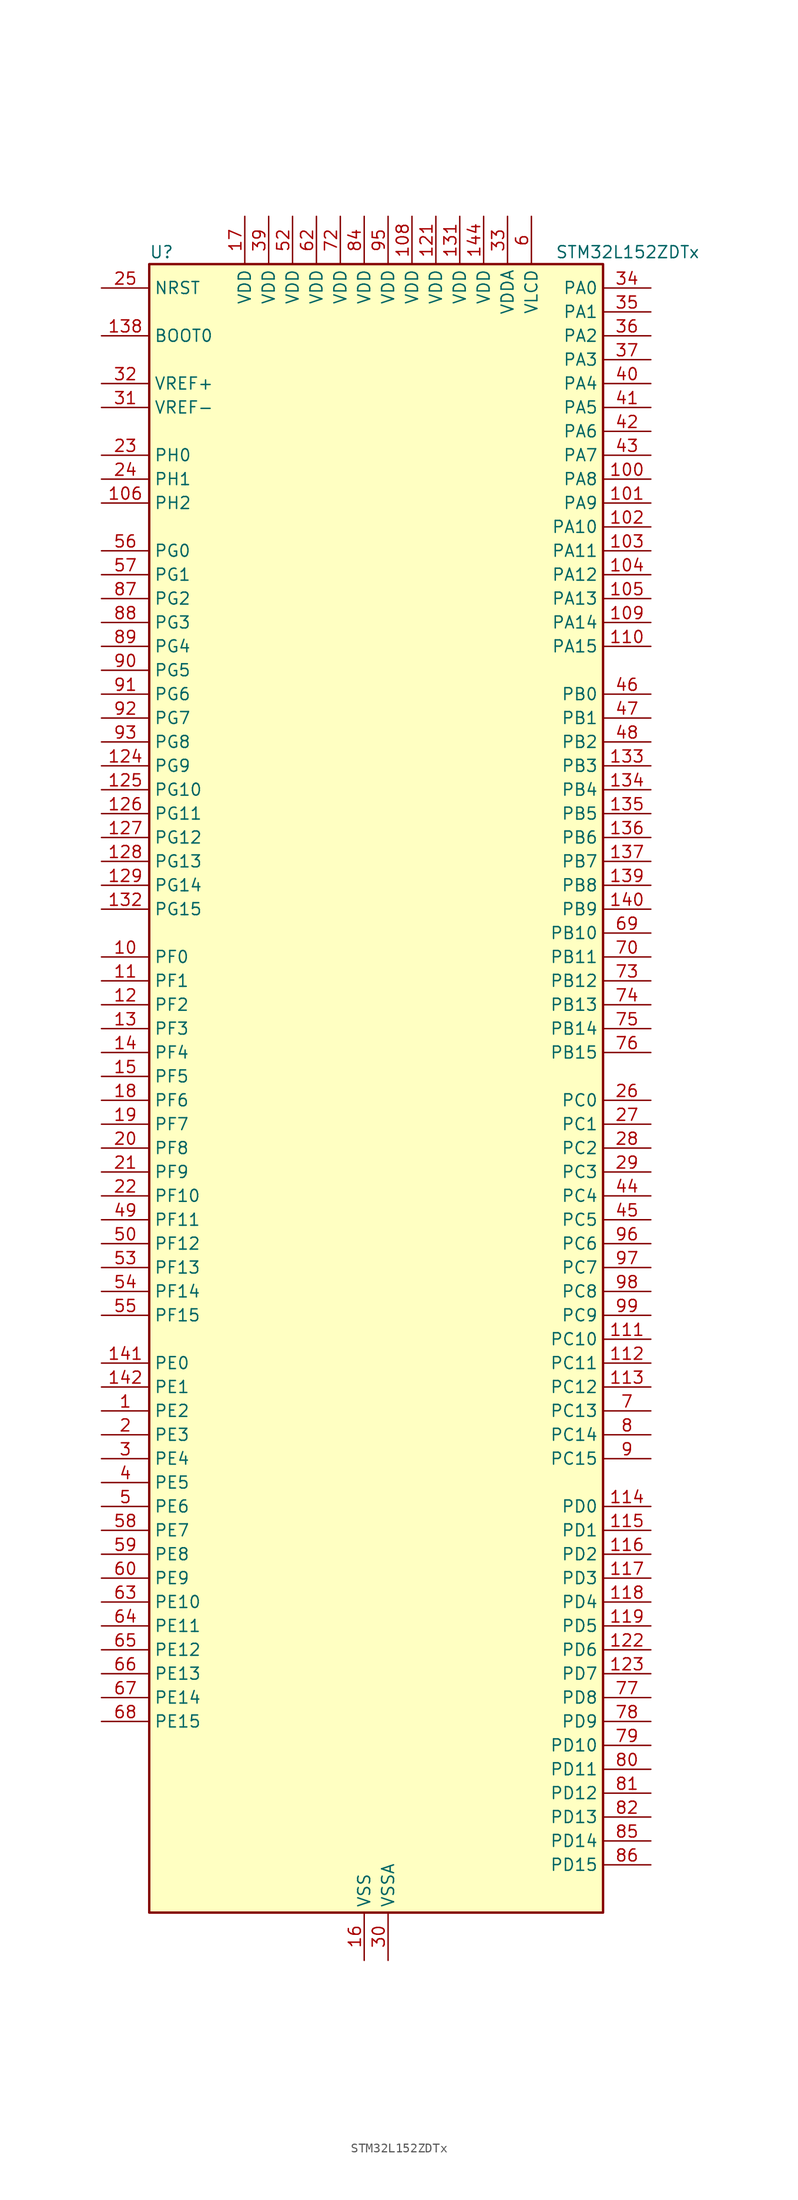
<source format=kicad_sym>
(kicad_symbol_lib
  (version 20220914)
  (generator kicad_symbol_editor)
  (symbol "STM32L152ZDTx"
    (property "Reference" "U"
      (at -22.86 90.17 0)
      (effects (font (size 1.27 1.27)) (justify left)))
    (property "Value" "STM32L152ZDTx"
      (at 20.32 90.17 0)
      (effects (font (size 1.27 1.27)) (justify left)))
    (property "ki_locked" ""
      (at 0 0 0)
      (effects (font (size 1.27 1.27))))
    (symbol "STM32L152ZDTx_0_1"
      (rectangle (start -22.86 -86.36) (end 25.4 88.9) (stroke (width 0.254) (type default)) (fill (type background))))
    (symbol "STM32L152ZDTx_1_1"
      (pin bidirectional line (at -27.94 -33.02 0) (length 5.08) (name "PE2" (effects (font (size 1.27 1.27)))) (number "1" (effects (font (size 1.27 1.27)))) (alternate "FSMC_A23" bidirectional line) (alternate "LCD_SEG38" bidirectional line) (alternate "SYS_TRACECK" bidirectional line) (alternate "TIM3_ETR" bidirectional line) (alternate "TIMX_IC3" bidirectional line))
      (pin bidirectional line (at -27.94 15.24 0) (length 5.08) (name "PF0" (effects (font (size 1.27 1.27)))) (number "10" (effects (font (size 1.27 1.27)))) (alternate "FSMC_A0" bidirectional line))
      (pin bidirectional line (at 30.48 66.04 180) (length 5.08) (name "PA8" (effects (font (size 1.27 1.27)))) (number "100" (effects (font (size 1.27 1.27)))) (alternate "LCD_COM0" bidirectional line) (alternate "RCC_MCO" bidirectional line) (alternate "TIMX_IC1" bidirectional line) (alternate "TS_G4_IO1" bidirectional line) (alternate "USART1_CK" bidirectional line))
      (pin bidirectional line (at 30.48 63.5 180) (length 5.08) (name "PA9" (effects (font (size 1.27 1.27)))) (number "101" (effects (font (size 1.27 1.27)))) (alternate "DAC_EXTI9" bidirectional line) (alternate "LCD_COM1" bidirectional line) (alternate "TIMX_IC2" bidirectional line) (alternate "TS_G4_IO2" bidirectional line) (alternate "USART1_TX" bidirectional line))
      (pin bidirectional line (at 30.48 60.96 180) (length 5.08) (name "PA10" (effects (font (size 1.27 1.27)))) (number "102" (effects (font (size 1.27 1.27)))) (alternate "LCD_COM2" bidirectional line) (alternate "TIMX_IC3" bidirectional line) (alternate "TS_G4_IO3" bidirectional line) (alternate "USART1_RX" bidirectional line))
      (pin bidirectional line (at 30.48 58.42 180) (length 5.08) (name "PA11" (effects (font (size 1.27 1.27)))) (number "103" (effects (font (size 1.27 1.27)))) (alternate "ADC_EXTI11" bidirectional line) (alternate "SPI1_MISO" bidirectional line) (alternate "TIMX_IC4" bidirectional line) (alternate "USART1_CTS" bidirectional line) (alternate "USB_DM" bidirectional line))
      (pin bidirectional line (at 30.48 55.88 180) (length 5.08) (name "PA12" (effects (font (size 1.27 1.27)))) (number "104" (effects (font (size 1.27 1.27)))) (alternate "SPI1_MOSI" bidirectional line) (alternate "TIMX_IC1" bidirectional line) (alternate "USART1_RTS" bidirectional line) (alternate "USB_DP" bidirectional line))
      (pin bidirectional line (at 30.48 53.34 180) (length 5.08) (name "PA13" (effects (font (size 1.27 1.27)))) (number "105" (effects (font (size 1.27 1.27)))) (alternate "SYS_JTMS-SWDIO" bidirectional line) (alternate "TIMX_IC2" bidirectional line) (alternate "TS_G5_IO1" bidirectional line))
      (pin bidirectional line (at -27.94 63.5 0) (length 5.08) (name "PH2" (effects (font (size 1.27 1.27)))) (number "106" (effects (font (size 1.27 1.27)))) (alternate "FSMC_A22" bidirectional line))
      (pin passive line (at 0 -91.44 90) (length 5.08) hide (name "VSS" (effects (font (size 1.27 1.27)))) (number "107" (effects (font (size 1.27 1.27)))))
      (pin power_in line (at 5.08 93.98 270) (length 5.08) (name "VDD" (effects (font (size 1.27 1.27)))) (number "108" (effects (font (size 1.27 1.27)))))
      (pin bidirectional line (at 30.48 50.8 180) (length 5.08) (name "PA14" (effects (font (size 1.27 1.27)))) (number "109" (effects (font (size 1.27 1.27)))) (alternate "SYS_JTCK-SWCLK" bidirectional line) (alternate "TIMX_IC3" bidirectional line) (alternate "TS_G5_IO2" bidirectional line))
      (pin bidirectional line (at -27.94 12.7 0) (length 5.08) (name "PF1" (effects (font (size 1.27 1.27)))) (number "11" (effects (font (size 1.27 1.27)))) (alternate "FSMC_A1" bidirectional line))
      (pin bidirectional line (at 30.48 48.26 180) (length 5.08) (name "PA15" (effects (font (size 1.27 1.27)))) (number "110" (effects (font (size 1.27 1.27)))) (alternate "ADC_EXTI15" bidirectional line) (alternate "I2S3_WS" bidirectional line) (alternate "LCD_SEG17" bidirectional line) (alternate "SPI1_NSS" bidirectional line) (alternate "SPI3_NSS" bidirectional line) (alternate "SYS_JTDI" bidirectional line) (alternate "TIM2_CH1" bidirectional line) (alternate "TIM2_ETR" bidirectional line) (alternate "TIMX_IC4" bidirectional line) (alternate "TS_G5_IO3" bidirectional line))
      (pin bidirectional line (at 30.48 -25.4 180) (length 5.08) (name "PC10" (effects (font (size 1.27 1.27)))) (number "111" (effects (font (size 1.27 1.27)))) (alternate "I2S3_CK" bidirectional line) (alternate "LCD_COM4" bidirectional line) (alternate "LCD_SEG28" bidirectional line) (alternate "LCD_SEG40" bidirectional line) (alternate "SDIO_D2" bidirectional line) (alternate "SPI3_SCK" bidirectional line) (alternate "TIMX_IC3" bidirectional line) (alternate "UART4_TX" bidirectional line) (alternate "USART3_TX" bidirectional line))
      (pin bidirectional line (at 30.48 -27.94 180) (length 5.08) (name "PC11" (effects (font (size 1.27 1.27)))) (number "112" (effects (font (size 1.27 1.27)))) (alternate "ADC_EXTI11" bidirectional line) (alternate "LCD_COM5" bidirectional line) (alternate "LCD_SEG29" bidirectional line) (alternate "LCD_SEG41" bidirectional line) (alternate "SDIO_D3" bidirectional line) (alternate "SPI3_MISO" bidirectional line) (alternate "TIMX_IC4" bidirectional line) (alternate "UART4_RX" bidirectional line) (alternate "USART3_RX" bidirectional line))
      (pin bidirectional line (at 30.48 -30.48 180) (length 5.08) (name "PC12" (effects (font (size 1.27 1.27)))) (number "113" (effects (font (size 1.27 1.27)))) (alternate "I2S3_SD" bidirectional line) (alternate "LCD_COM6" bidirectional line) (alternate "LCD_SEG30" bidirectional line) (alternate "LCD_SEG42" bidirectional line) (alternate "SDIO_CK" bidirectional line) (alternate "SPI3_MOSI" bidirectional line) (alternate "TIMX_IC1" bidirectional line) (alternate "UART5_TX" bidirectional line) (alternate "USART3_CK" bidirectional line))
      (pin bidirectional line (at 30.48 -43.18 180) (length 5.08) (name "PD0" (effects (font (size 1.27 1.27)))) (number "114" (effects (font (size 1.27 1.27)))) (alternate "FSMC_D2" bidirectional line) (alternate "FSMC_DA2" bidirectional line) (alternate "I2S2_WS" bidirectional line) (alternate "SPI2_NSS" bidirectional line) (alternate "TIM9_CH1" bidirectional line) (alternate "TIMX_IC1" bidirectional line))
      (pin bidirectional line (at 30.48 -45.72 180) (length 5.08) (name "PD1" (effects (font (size 1.27 1.27)))) (number "115" (effects (font (size 1.27 1.27)))) (alternate "FSMC_D3" bidirectional line) (alternate "FSMC_DA3" bidirectional line) (alternate "I2S2_CK" bidirectional line) (alternate "SPI2_SCK" bidirectional line) (alternate "TIMX_IC2" bidirectional line))
      (pin bidirectional line (at 30.48 -48.26 180) (length 5.08) (name "PD2" (effects (font (size 1.27 1.27)))) (number "116" (effects (font (size 1.27 1.27)))) (alternate "LCD_COM7" bidirectional line) (alternate "LCD_SEG31" bidirectional line) (alternate "LCD_SEG43" bidirectional line) (alternate "SDIO_CMD" bidirectional line) (alternate "TIM3_ETR" bidirectional line) (alternate "TIMX_IC3" bidirectional line) (alternate "UART5_RX" bidirectional line))
      (pin bidirectional line (at 30.48 -50.8 180) (length 5.08) (name "PD3" (effects (font (size 1.27 1.27)))) (number "117" (effects (font (size 1.27 1.27)))) (alternate "FSMC_CLK" bidirectional line) (alternate "SPI2_MISO" bidirectional line) (alternate "TIMX_IC4" bidirectional line) (alternate "USART2_CTS" bidirectional line))
      (pin bidirectional line (at 30.48 -53.34 180) (length 5.08) (name "PD4" (effects (font (size 1.27 1.27)))) (number "118" (effects (font (size 1.27 1.27)))) (alternate "FSMC_NOE" bidirectional line) (alternate "I2S2_SD" bidirectional line) (alternate "SPI2_MOSI" bidirectional line) (alternate "TIMX_IC1" bidirectional line) (alternate "USART2_RTS" bidirectional line))
      (pin bidirectional line (at 30.48 -55.88 180) (length 5.08) (name "PD5" (effects (font (size 1.27 1.27)))) (number "119" (effects (font (size 1.27 1.27)))) (alternate "FSMC_NWE" bidirectional line) (alternate "TIMX_IC2" bidirectional line) (alternate "USART2_TX" bidirectional line))
      (pin bidirectional line (at -27.94 10.16 0) (length 5.08) (name "PF2" (effects (font (size 1.27 1.27)))) (number "12" (effects (font (size 1.27 1.27)))) (alternate "FSMC_A2" bidirectional line))
      (pin passive line (at 0 -91.44 90) (length 5.08) hide (name "VSS" (effects (font (size 1.27 1.27)))) (number "120" (effects (font (size 1.27 1.27)))))
      (pin power_in line (at 7.62 93.98 270) (length 5.08) (name "VDD" (effects (font (size 1.27 1.27)))) (number "121" (effects (font (size 1.27 1.27)))))
      (pin bidirectional line (at 30.48 -58.42 180) (length 5.08) (name "PD6" (effects (font (size 1.27 1.27)))) (number "122" (effects (font (size 1.27 1.27)))) (alternate "FSMC_NWAIT" bidirectional line) (alternate "TIMX_IC3" bidirectional line) (alternate "USART2_RX" bidirectional line))
      (pin bidirectional line (at 30.48 -60.96 180) (length 5.08) (name "PD7" (effects (font (size 1.27 1.27)))) (number "123" (effects (font (size 1.27 1.27)))) (alternate "FSMC_NE1" bidirectional line) (alternate "TIM9_CH2" bidirectional line) (alternate "TIMX_IC4" bidirectional line) (alternate "USART2_CK" bidirectional line))
      (pin bidirectional line (at -27.94 35.56 0) (length 5.08) (name "PG9" (effects (font (size 1.27 1.27)))) (number "124" (effects (font (size 1.27 1.27)))) (alternate "DAC_EXTI9" bidirectional line) (alternate "FSMC_NE2" bidirectional line))
      (pin bidirectional line (at -27.94 33.02 0) (length 5.08) (name "PG10" (effects (font (size 1.27 1.27)))) (number "125" (effects (font (size 1.27 1.27)))) (alternate "FSMC_NE3" bidirectional line))
      (pin bidirectional line (at -27.94 30.48 0) (length 5.08) (name "PG11" (effects (font (size 1.27 1.27)))) (number "126" (effects (font (size 1.27 1.27)))) (alternate "ADC_EXTI11" bidirectional line))
      (pin bidirectional line (at -27.94 27.94 0) (length 5.08) (name "PG12" (effects (font (size 1.27 1.27)))) (number "127" (effects (font (size 1.27 1.27)))) (alternate "FSMC_NE4" bidirectional line))
      (pin bidirectional line (at -27.94 25.4 0) (length 5.08) (name "PG13" (effects (font (size 1.27 1.27)))) (number "128" (effects (font (size 1.27 1.27)))) (alternate "FSMC_A24" bidirectional line))
      (pin bidirectional line (at -27.94 22.86 0) (length 5.08) (name "PG14" (effects (font (size 1.27 1.27)))) (number "129" (effects (font (size 1.27 1.27)))) (alternate "FSMC_A25" bidirectional line))
      (pin bidirectional line (at -27.94 7.62 0) (length 5.08) (name "PF3" (effects (font (size 1.27 1.27)))) (number "13" (effects (font (size 1.27 1.27)))) (alternate "FSMC_A3" bidirectional line))
      (pin passive line (at 0 -91.44 90) (length 5.08) hide (name "VSS" (effects (font (size 1.27 1.27)))) (number "130" (effects (font (size 1.27 1.27)))))
      (pin power_in line (at 10.16 93.98 270) (length 5.08) (name "VDD" (effects (font (size 1.27 1.27)))) (number "131" (effects (font (size 1.27 1.27)))))
      (pin bidirectional line (at -27.94 20.32 0) (length 5.08) (name "PG15" (effects (font (size 1.27 1.27)))) (number "132" (effects (font (size 1.27 1.27)))) (alternate "ADC_EXTI15" bidirectional line))
      (pin bidirectional line (at 30.48 35.56 180) (length 5.08) (name "PB3" (effects (font (size 1.27 1.27)))) (number "133" (effects (font (size 1.27 1.27)))) (alternate "COMP2_INM" bidirectional line) (alternate "I2S3_CK" bidirectional line) (alternate "LCD_SEG7" bidirectional line) (alternate "SPI1_SCK" bidirectional line) (alternate "SPI3_SCK" bidirectional line) (alternate "SYS_JTDO-TRACESWO" bidirectional line) (alternate "TIM2_CH2" bidirectional line))
      (pin bidirectional line (at 30.48 33.02 180) (length 5.08) (name "PB4" (effects (font (size 1.27 1.27)))) (number "134" (effects (font (size 1.27 1.27)))) (alternate "COMP2_INP" bidirectional line) (alternate "LCD_SEG8" bidirectional line) (alternate "SPI1_MISO" bidirectional line) (alternate "SPI3_MISO" bidirectional line) (alternate "SYS_JTRST" bidirectional line) (alternate "TIM3_CH1" bidirectional line) (alternate "TS_G6_IO1" bidirectional line))
      (pin bidirectional line (at 30.48 30.48 180) (length 5.08) (name "PB5" (effects (font (size 1.27 1.27)))) (number "135" (effects (font (size 1.27 1.27)))) (alternate "COMP2_INP" bidirectional line) (alternate "I2C1_SMBA" bidirectional line) (alternate "I2S3_SD" bidirectional line) (alternate "LCD_SEG9" bidirectional line) (alternate "SPI1_MOSI" bidirectional line) (alternate "SPI3_MOSI" bidirectional line) (alternate "TIM3_CH2" bidirectional line) (alternate "TS_G6_IO2" bidirectional line))
      (pin bidirectional line (at 30.48 27.94 180) (length 5.08) (name "PB6" (effects (font (size 1.27 1.27)))) (number "136" (effects (font (size 1.27 1.27)))) (alternate "COMP2_INP" bidirectional line) (alternate "I2C1_SCL" bidirectional line) (alternate "TIM4_CH1" bidirectional line) (alternate "TS_G6_IO3" bidirectional line) (alternate "USART1_TX" bidirectional line))
      (pin bidirectional line (at 30.48 25.4 180) (length 5.08) (name "PB7" (effects (font (size 1.27 1.27)))) (number "137" (effects (font (size 1.27 1.27)))) (alternate "COMP2_INP" bidirectional line) (alternate "FSMC_NL" bidirectional line) (alternate "I2C1_SDA" bidirectional line) (alternate "SYS_PVD_IN" bidirectional line) (alternate "TIM4_CH2" bidirectional line) (alternate "TS_G6_IO4" bidirectional line) (alternate "USART1_RX" bidirectional line))
      (pin input line (at -27.94 81.28 0) (length 5.08) (name "BOOT0" (effects (font (size 1.27 1.27)))) (number "138" (effects (font (size 1.27 1.27)))))
      (pin bidirectional line (at 30.48 22.86 180) (length 5.08) (name "PB8" (effects (font (size 1.27 1.27)))) (number "139" (effects (font (size 1.27 1.27)))) (alternate "I2C1_SCL" bidirectional line) (alternate "LCD_SEG16" bidirectional line) (alternate "SDIO_D4" bidirectional line) (alternate "TIM10_CH1" bidirectional line) (alternate "TIM4_CH3" bidirectional line))
      (pin bidirectional line (at -27.94 5.08 0) (length 5.08) (name "PF4" (effects (font (size 1.27 1.27)))) (number "14" (effects (font (size 1.27 1.27)))) (alternate "FSMC_A4" bidirectional line))
      (pin bidirectional line (at 30.48 20.32 180) (length 5.08) (name "PB9" (effects (font (size 1.27 1.27)))) (number "140" (effects (font (size 1.27 1.27)))) (alternate "DAC_EXTI9" bidirectional line) (alternate "I2C1_SDA" bidirectional line) (alternate "LCD_COM3" bidirectional line) (alternate "SDIO_D5" bidirectional line) (alternate "TIM11_CH1" bidirectional line) (alternate "TIM4_CH4" bidirectional line))
      (pin bidirectional line (at -27.94 -27.94 0) (length 5.08) (name "PE0" (effects (font (size 1.27 1.27)))) (number "141" (effects (font (size 1.27 1.27)))) (alternate "FSMC_NBL0" bidirectional line) (alternate "LCD_SEG36" bidirectional line) (alternate "TIM10_CH1" bidirectional line) (alternate "TIM4_ETR" bidirectional line) (alternate "TIMX_IC1" bidirectional line))
      (pin bidirectional line (at -27.94 -30.48 0) (length 5.08) (name "PE1" (effects (font (size 1.27 1.27)))) (number "142" (effects (font (size 1.27 1.27)))) (alternate "FSMC_NBL1" bidirectional line) (alternate "LCD_SEG37" bidirectional line) (alternate "TIM11_CH1" bidirectional line) (alternate "TIMX_IC2" bidirectional line))
      (pin passive line (at 0 -91.44 90) (length 5.08) hide (name "VSS" (effects (font (size 1.27 1.27)))) (number "143" (effects (font (size 1.27 1.27)))))
      (pin power_in line (at 12.7 93.98 270) (length 5.08) (name "VDD" (effects (font (size 1.27 1.27)))) (number "144" (effects (font (size 1.27 1.27)))))
      (pin bidirectional line (at -27.94 2.54 0) (length 5.08) (name "PF5" (effects (font (size 1.27 1.27)))) (number "15" (effects (font (size 1.27 1.27)))) (alternate "FSMC_A5" bidirectional line))
      (pin power_in line (at 0 -91.44 90) (length 5.08) (name "VSS" (effects (font (size 1.27 1.27)))) (number "16" (effects (font (size 1.27 1.27)))))
      (pin power_in line (at -12.7 93.98 270) (length 5.08) (name "VDD" (effects (font (size 1.27 1.27)))) (number "17" (effects (font (size 1.27 1.27)))))
      (pin bidirectional line (at -27.94 0 0) (length 5.08) (name "PF6" (effects (font (size 1.27 1.27)))) (number "18" (effects (font (size 1.27 1.27)))) (alternate "ADC_IN27" bidirectional line) (alternate "TIM5_CH1" bidirectional line) (alternate "TIM5_ETR" bidirectional line) (alternate "TS_G11_IO1" bidirectional line))
      (pin bidirectional line (at -27.94 -2.54 0) (length 5.08) (name "PF7" (effects (font (size 1.27 1.27)))) (number "19" (effects (font (size 1.27 1.27)))) (alternate "ADC_IN28" bidirectional line) (alternate "COMP1_INP" bidirectional line) (alternate "TIM5_CH2" bidirectional line) (alternate "TS_G11_IO2" bidirectional line))
      (pin bidirectional line (at -27.94 -35.56 0) (length 5.08) (name "PE3" (effects (font (size 1.27 1.27)))) (number "2" (effects (font (size 1.27 1.27)))) (alternate "FSMC_A19" bidirectional line) (alternate "LCD_SEG39" bidirectional line) (alternate "SYS_TRACED0" bidirectional line) (alternate "TIM3_CH1" bidirectional line) (alternate "TIMX_IC4" bidirectional line))
      (pin bidirectional line (at -27.94 -5.08 0) (length 5.08) (name "PF8" (effects (font (size 1.27 1.27)))) (number "20" (effects (font (size 1.27 1.27)))) (alternate "ADC_IN29" bidirectional line) (alternate "COMP1_INP" bidirectional line) (alternate "TIM5_CH3" bidirectional line) (alternate "TS_G11_IO3" bidirectional line))
      (pin bidirectional line (at -27.94 -7.62 0) (length 5.08) (name "PF9" (effects (font (size 1.27 1.27)))) (number "21" (effects (font (size 1.27 1.27)))) (alternate "ADC_IN30" bidirectional line) (alternate "COMP1_INP" bidirectional line) (alternate "DAC_EXTI9" bidirectional line) (alternate "TIM5_CH4" bidirectional line) (alternate "TS_G11_IO4" bidirectional line))
      (pin bidirectional line (at -27.94 -10.16 0) (length 5.08) (name "PF10" (effects (font (size 1.27 1.27)))) (number "22" (effects (font (size 1.27 1.27)))) (alternate "ADC_IN31" bidirectional line) (alternate "COMP1_INP" bidirectional line) (alternate "TS_G11_IO5" bidirectional line))
      (pin bidirectional line (at -27.94 68.58 0) (length 5.08) (name "PH0" (effects (font (size 1.27 1.27)))) (number "23" (effects (font (size 1.27 1.27)))) (alternate "RCC_OSC_IN" bidirectional line))
      (pin bidirectional line (at -27.94 66.04 0) (length 5.08) (name "PH1" (effects (font (size 1.27 1.27)))) (number "24" (effects (font (size 1.27 1.27)))) (alternate "RCC_OSC_OUT" bidirectional line))
      (pin input line (at -27.94 86.36 0) (length 5.08) (name "NRST" (effects (font (size 1.27 1.27)))) (number "25" (effects (font (size 1.27 1.27)))))
      (pin bidirectional line (at 30.48 0 180) (length 5.08) (name "PC0" (effects (font (size 1.27 1.27)))) (number "26" (effects (font (size 1.27 1.27)))) (alternate "ADC_IN10" bidirectional line) (alternate "COMP1_INP" bidirectional line) (alternate "LCD_SEG18" bidirectional line) (alternate "TIMX_IC1" bidirectional line) (alternate "TS_G8_IO1" bidirectional line))
      (pin bidirectional line (at 30.48 -2.54 180) (length 5.08) (name "PC1" (effects (font (size 1.27 1.27)))) (number "27" (effects (font (size 1.27 1.27)))) (alternate "ADC_IN11" bidirectional line) (alternate "COMP1_INP" bidirectional line) (alternate "LCD_SEG19" bidirectional line) (alternate "OPAMP3_VINP" bidirectional line) (alternate "TIMX_IC2" bidirectional line) (alternate "TS_G8_IO2" bidirectional line))
      (pin bidirectional line (at 30.48 -5.08 180) (length 5.08) (name "PC2" (effects (font (size 1.27 1.27)))) (number "28" (effects (font (size 1.27 1.27)))) (alternate "ADC_IN12" bidirectional line) (alternate "COMP1_INP" bidirectional line) (alternate "LCD_SEG20" bidirectional line) (alternate "OPAMP3_VINM" bidirectional line) (alternate "TIMX_IC3" bidirectional line) (alternate "TS_G8_IO3" bidirectional line))
      (pin bidirectional line (at 30.48 -7.62 180) (length 5.08) (name "PC3" (effects (font (size 1.27 1.27)))) (number "29" (effects (font (size 1.27 1.27)))) (alternate "ADC_IN13" bidirectional line) (alternate "COMP1_INP" bidirectional line) (alternate "LCD_SEG21" bidirectional line) (alternate "OPAMP3_VOUT" bidirectional line) (alternate "TIMX_IC4" bidirectional line) (alternate "TS_G8_IO4" bidirectional line))
      (pin bidirectional line (at -27.94 -38.1 0) (length 5.08) (name "PE4" (effects (font (size 1.27 1.27)))) (number "3" (effects (font (size 1.27 1.27)))) (alternate "FSMC_A20" bidirectional line) (alternate "SYS_TRACED1" bidirectional line) (alternate "TIM3_CH2" bidirectional line) (alternate "TIMX_IC1" bidirectional line))
      (pin power_in line (at 2.54 -91.44 90) (length 5.08) (name "VSSA" (effects (font (size 1.27 1.27)))) (number "30" (effects (font (size 1.27 1.27)))))
      (pin input line (at -27.94 73.66 0) (length 5.08) (name "VREF-" (effects (font (size 1.27 1.27)))) (number "31" (effects (font (size 1.27 1.27)))))
      (pin input line (at -27.94 76.2 0) (length 5.08) (name "VREF+" (effects (font (size 1.27 1.27)))) (number "32" (effects (font (size 1.27 1.27)))))
      (pin power_in line (at 15.24 93.98 270) (length 5.08) (name "VDDA" (effects (font (size 1.27 1.27)))) (number "33" (effects (font (size 1.27 1.27)))))
      (pin bidirectional line (at 30.48 86.36 180) (length 5.08) (name "PA0" (effects (font (size 1.27 1.27)))) (number "34" (effects (font (size 1.27 1.27)))) (alternate "ADC_IN0" bidirectional line) (alternate "COMP1_INP" bidirectional line) (alternate "RTC_TAMP2" bidirectional line) (alternate "SYS_WKUP1" bidirectional line) (alternate "TIM2_CH1" bidirectional line) (alternate "TIM2_ETR" bidirectional line) (alternate "TIM5_CH1" bidirectional line) (alternate "TIMX_IC1" bidirectional line) (alternate "TS_G1_IO1" bidirectional line) (alternate "USART2_CTS" bidirectional line))
      (pin bidirectional line (at 30.48 83.82 180) (length 5.08) (name "PA1" (effects (font (size 1.27 1.27)))) (number "35" (effects (font (size 1.27 1.27)))) (alternate "ADC_IN1" bidirectional line) (alternate "COMP1_INP" bidirectional line) (alternate "LCD_SEG0" bidirectional line) (alternate "OPAMP1_VINP" bidirectional line) (alternate "TIM2_CH2" bidirectional line) (alternate "TIM5_CH2" bidirectional line) (alternate "TIMX_IC2" bidirectional line) (alternate "TS_G1_IO2" bidirectional line) (alternate "USART2_RTS" bidirectional line))
      (pin bidirectional line (at 30.48 81.28 180) (length 5.08) (name "PA2" (effects (font (size 1.27 1.27)))) (number "36" (effects (font (size 1.27 1.27)))) (alternate "ADC_IN2" bidirectional line) (alternate "COMP1_INP" bidirectional line) (alternate "LCD_SEG1" bidirectional line) (alternate "OPAMP1_VINM" bidirectional line) (alternate "TIM2_CH3" bidirectional line) (alternate "TIM5_CH3" bidirectional line) (alternate "TIM9_CH1" bidirectional line) (alternate "TIMX_IC3" bidirectional line) (alternate "TS_G1_IO3" bidirectional line) (alternate "USART2_TX" bidirectional line))
      (pin bidirectional line (at 30.48 78.74 180) (length 5.08) (name "PA3" (effects (font (size 1.27 1.27)))) (number "37" (effects (font (size 1.27 1.27)))) (alternate "ADC_IN3" bidirectional line) (alternate "COMP1_INP" bidirectional line) (alternate "LCD_SEG2" bidirectional line) (alternate "OPAMP1_VOUT" bidirectional line) (alternate "TIM2_CH4" bidirectional line) (alternate "TIM5_CH4" bidirectional line) (alternate "TIM9_CH2" bidirectional line) (alternate "TIMX_IC4" bidirectional line) (alternate "TS_G1_IO4" bidirectional line) (alternate "USART2_RX" bidirectional line))
      (pin passive line (at 0 -91.44 90) (length 5.08) hide (name "VSS" (effects (font (size 1.27 1.27)))) (number "38" (effects (font (size 1.27 1.27)))))
      (pin power_in line (at -10.16 93.98 270) (length 5.08) (name "VDD" (effects (font (size 1.27 1.27)))) (number "39" (effects (font (size 1.27 1.27)))))
      (pin bidirectional line (at -27.94 -40.64 0) (length 5.08) (name "PE5" (effects (font (size 1.27 1.27)))) (number "4" (effects (font (size 1.27 1.27)))) (alternate "FSMC_A21" bidirectional line) (alternate "SYS_TRACED2" bidirectional line) (alternate "TIM9_CH1" bidirectional line) (alternate "TIMX_IC2" bidirectional line))
      (pin bidirectional line (at 30.48 76.2 180) (length 5.08) (name "PA4" (effects (font (size 1.27 1.27)))) (number "40" (effects (font (size 1.27 1.27)))) (alternate "ADC_IN4" bidirectional line) (alternate "COMP1_INP" bidirectional line) (alternate "DAC_OUT1" bidirectional line) (alternate "I2S3_WS" bidirectional line) (alternate "SPI1_NSS" bidirectional line) (alternate "SPI3_NSS" bidirectional line) (alternate "TIMX_IC1" bidirectional line) (alternate "USART2_CK" bidirectional line))
      (pin bidirectional line (at 30.48 73.66 180) (length 5.08) (name "PA5" (effects (font (size 1.27 1.27)))) (number "41" (effects (font (size 1.27 1.27)))) (alternate "ADC_IN5" bidirectional line) (alternate "COMP1_INP" bidirectional line) (alternate "DAC_OUT2" bidirectional line) (alternate "SPI1_SCK" bidirectional line) (alternate "TIM2_CH1" bidirectional line) (alternate "TIM2_ETR" bidirectional line) (alternate "TIMX_IC2" bidirectional line))
      (pin bidirectional line (at 30.48 71.12 180) (length 5.08) (name "PA6" (effects (font (size 1.27 1.27)))) (number "42" (effects (font (size 1.27 1.27)))) (alternate "ADC_IN6" bidirectional line) (alternate "COMP1_INP" bidirectional line) (alternate "LCD_SEG3" bidirectional line) (alternate "OPAMP2_VINP" bidirectional line) (alternate "SPI1_MISO" bidirectional line) (alternate "TIM10_CH1" bidirectional line) (alternate "TIM3_CH1" bidirectional line) (alternate "TIMX_IC3" bidirectional line) (alternate "TS_G2_IO1" bidirectional line))
      (pin bidirectional line (at 30.48 68.58 180) (length 5.08) (name "PA7" (effects (font (size 1.27 1.27)))) (number "43" (effects (font (size 1.27 1.27)))) (alternate "ADC_IN7" bidirectional line) (alternate "COMP1_INP" bidirectional line) (alternate "LCD_SEG4" bidirectional line) (alternate "OPAMP2_VINM" bidirectional line) (alternate "SPI1_MOSI" bidirectional line) (alternate "TIM11_CH1" bidirectional line) (alternate "TIM3_CH2" bidirectional line) (alternate "TIMX_IC4" bidirectional line) (alternate "TS_G2_IO2" bidirectional line))
      (pin bidirectional line (at 30.48 -10.16 180) (length 5.08) (name "PC4" (effects (font (size 1.27 1.27)))) (number "44" (effects (font (size 1.27 1.27)))) (alternate "ADC_IN14" bidirectional line) (alternate "COMP1_INP" bidirectional line) (alternate "LCD_SEG22" bidirectional line) (alternate "TIMX_IC1" bidirectional line) (alternate "TS_G9_IO1" bidirectional line))
      (pin bidirectional line (at 30.48 -12.7 180) (length 5.08) (name "PC5" (effects (font (size 1.27 1.27)))) (number "45" (effects (font (size 1.27 1.27)))) (alternate "ADC_IN15" bidirectional line) (alternate "COMP1_INP" bidirectional line) (alternate "LCD_SEG23" bidirectional line) (alternate "TIMX_IC2" bidirectional line) (alternate "TS_G9_IO2" bidirectional line))
      (pin bidirectional line (at 30.48 43.18 180) (length 5.08) (name "PB0" (effects (font (size 1.27 1.27)))) (number "46" (effects (font (size 1.27 1.27)))) (alternate "ADC_IN8" bidirectional line) (alternate "COMP1_INP" bidirectional line) (alternate "LCD_SEG5" bidirectional line) (alternate "OPAMP2_VOUT" bidirectional line) (alternate "SYS_V_REF_OUT" bidirectional line) (alternate "TIM3_CH3" bidirectional line) (alternate "TS_G3_IO1" bidirectional line))
      (pin bidirectional line (at 30.48 40.64 180) (length 5.08) (name "PB1" (effects (font (size 1.27 1.27)))) (number "47" (effects (font (size 1.27 1.27)))) (alternate "ADC_IN9" bidirectional line) (alternate "COMP1_INP" bidirectional line) (alternate "LCD_SEG6" bidirectional line) (alternate "SYS_V_REF_OUT" bidirectional line) (alternate "TIM3_CH4" bidirectional line) (alternate "TS_G3_IO2" bidirectional line))
      (pin bidirectional line (at 30.48 38.1 180) (length 5.08) (name "PB2" (effects (font (size 1.27 1.27)))) (number "48" (effects (font (size 1.27 1.27)))) (alternate "ADC_IN0b" bidirectional line) (alternate "TS_G3_IO3" bidirectional line))
      (pin bidirectional line (at -27.94 -12.7 0) (length 5.08) (name "PF11" (effects (font (size 1.27 1.27)))) (number "49" (effects (font (size 1.27 1.27)))) (alternate "ADC_EXTI11" bidirectional line) (alternate "ADC_IN1b" bidirectional line) (alternate "TS_G3_IO4" bidirectional line))
      (pin bidirectional line (at -27.94 -43.18 0) (length 5.08) (name "PE6" (effects (font (size 1.27 1.27)))) (number "5" (effects (font (size 1.27 1.27)))) (alternate "RTC_TAMP3" bidirectional line) (alternate "SYS_TRACED3" bidirectional line) (alternate "SYS_WKUP3" bidirectional line) (alternate "TIM9_CH2" bidirectional line) (alternate "TIMX_IC3" bidirectional line))
      (pin bidirectional line (at -27.94 -15.24 0) (length 5.08) (name "PF12" (effects (font (size 1.27 1.27)))) (number "50" (effects (font (size 1.27 1.27)))) (alternate "ADC_IN2b" bidirectional line) (alternate "FSMC_A6" bidirectional line) (alternate "TS_G3_IO5" bidirectional line))
      (pin passive line (at 0 -91.44 90) (length 5.08) hide (name "VSS" (effects (font (size 1.27 1.27)))) (number "51" (effects (font (size 1.27 1.27)))))
      (pin power_in line (at -7.62 93.98 270) (length 5.08) (name "VDD" (effects (font (size 1.27 1.27)))) (number "52" (effects (font (size 1.27 1.27)))))
      (pin bidirectional line (at -27.94 -17.78 0) (length 5.08) (name "PF13" (effects (font (size 1.27 1.27)))) (number "53" (effects (font (size 1.27 1.27)))) (alternate "ADC_IN3b" bidirectional line) (alternate "FSMC_A7" bidirectional line) (alternate "TS_G9_IO3" bidirectional line))
      (pin bidirectional line (at -27.94 -20.32 0) (length 5.08) (name "PF14" (effects (font (size 1.27 1.27)))) (number "54" (effects (font (size 1.27 1.27)))) (alternate "ADC_IN6b" bidirectional line) (alternate "FSMC_A8" bidirectional line) (alternate "TS_G9_IO4" bidirectional line))
      (pin bidirectional line (at -27.94 -22.86 0) (length 5.08) (name "PF15" (effects (font (size 1.27 1.27)))) (number "55" (effects (font (size 1.27 1.27)))) (alternate "ADC_EXTI15" bidirectional line) (alternate "ADC_IN7b" bidirectional line) (alternate "FSMC_A9" bidirectional line) (alternate "TS_G2_IO3" bidirectional line))
      (pin bidirectional line (at -27.94 58.42 0) (length 5.08) (name "PG0" (effects (font (size 1.27 1.27)))) (number "56" (effects (font (size 1.27 1.27)))) (alternate "ADC_IN8b" bidirectional line) (alternate "FSMC_A10" bidirectional line) (alternate "TS_G2_IO4" bidirectional line))
      (pin bidirectional line (at -27.94 55.88 0) (length 5.08) (name "PG1" (effects (font (size 1.27 1.27)))) (number "57" (effects (font (size 1.27 1.27)))) (alternate "ADC_IN9b" bidirectional line) (alternate "FSMC_A11" bidirectional line) (alternate "TS_G2_IO5" bidirectional line))
      (pin bidirectional line (at -27.94 -45.72 0) (length 5.08) (name "PE7" (effects (font (size 1.27 1.27)))) (number "58" (effects (font (size 1.27 1.27)))) (alternate "ADC_IN22" bidirectional line) (alternate "COMP1_INP" bidirectional line) (alternate "FSMC_D4" bidirectional line) (alternate "FSMC_DA4" bidirectional line) (alternate "TIMX_IC4" bidirectional line))
      (pin bidirectional line (at -27.94 -48.26 0) (length 5.08) (name "PE8" (effects (font (size 1.27 1.27)))) (number "59" (effects (font (size 1.27 1.27)))) (alternate "ADC_IN23" bidirectional line) (alternate "COMP1_INP" bidirectional line) (alternate "FSMC_D5" bidirectional line) (alternate "FSMC_DA5" bidirectional line) (alternate "TIMX_IC1" bidirectional line))
      (pin power_in line (at 17.78 93.98 270) (length 5.08) (name "VLCD" (effects (font (size 1.27 1.27)))) (number "6" (effects (font (size 1.27 1.27)))))
      (pin bidirectional line (at -27.94 -50.8 0) (length 5.08) (name "PE9" (effects (font (size 1.27 1.27)))) (number "60" (effects (font (size 1.27 1.27)))) (alternate "ADC_IN24" bidirectional line) (alternate "COMP1_INP" bidirectional line) (alternate "DAC_EXTI9" bidirectional line) (alternate "FSMC_D6" bidirectional line) (alternate "FSMC_DA6" bidirectional line) (alternate "TIM2_CH1" bidirectional line) (alternate "TIM2_ETR" bidirectional line) (alternate "TIMX_IC2" bidirectional line))
      (pin passive line (at 0 -91.44 90) (length 5.08) hide (name "VSS" (effects (font (size 1.27 1.27)))) (number "61" (effects (font (size 1.27 1.27)))))
      (pin power_in line (at -5.08 93.98 270) (length 5.08) (name "VDD" (effects (font (size 1.27 1.27)))) (number "62" (effects (font (size 1.27 1.27)))))
      (pin bidirectional line (at -27.94 -53.34 0) (length 5.08) (name "PE10" (effects (font (size 1.27 1.27)))) (number "63" (effects (font (size 1.27 1.27)))) (alternate "ADC_IN25" bidirectional line) (alternate "COMP1_INP" bidirectional line) (alternate "FSMC_D7" bidirectional line) (alternate "FSMC_DA7" bidirectional line) (alternate "TIM2_CH2" bidirectional line) (alternate "TIMX_IC3" bidirectional line))
      (pin bidirectional line (at -27.94 -55.88 0) (length 5.08) (name "PE11" (effects (font (size 1.27 1.27)))) (number "64" (effects (font (size 1.27 1.27)))) (alternate "ADC_EXTI11" bidirectional line) (alternate "FSMC_D8" bidirectional line) (alternate "FSMC_DA8" bidirectional line) (alternate "TIM2_CH3" bidirectional line) (alternate "TIMX_IC4" bidirectional line))
      (pin bidirectional line (at -27.94 -58.42 0) (length 5.08) (name "PE12" (effects (font (size 1.27 1.27)))) (number "65" (effects (font (size 1.27 1.27)))) (alternate "FSMC_D9" bidirectional line) (alternate "FSMC_DA9" bidirectional line) (alternate "SPI1_NSS" bidirectional line) (alternate "TIM2_CH4" bidirectional line) (alternate "TIMX_IC1" bidirectional line))
      (pin bidirectional line (at -27.94 -60.96 0) (length 5.08) (name "PE13" (effects (font (size 1.27 1.27)))) (number "66" (effects (font (size 1.27 1.27)))) (alternate "FSMC_D10" bidirectional line) (alternate "FSMC_DA10" bidirectional line) (alternate "SPI1_SCK" bidirectional line) (alternate "TIMX_IC2" bidirectional line))
      (pin bidirectional line (at -27.94 -63.5 0) (length 5.08) (name "PE14" (effects (font (size 1.27 1.27)))) (number "67" (effects (font (size 1.27 1.27)))) (alternate "FSMC_D11" bidirectional line) (alternate "FSMC_DA11" bidirectional line) (alternate "SPI1_MISO" bidirectional line) (alternate "TIMX_IC3" bidirectional line))
      (pin bidirectional line (at -27.94 -66.04 0) (length 5.08) (name "PE15" (effects (font (size 1.27 1.27)))) (number "68" (effects (font (size 1.27 1.27)))) (alternate "ADC_EXTI15" bidirectional line) (alternate "FSMC_D12" bidirectional line) (alternate "FSMC_DA12" bidirectional line) (alternate "SPI1_MOSI" bidirectional line) (alternate "TIMX_IC4" bidirectional line))
      (pin bidirectional line (at 30.48 17.78 180) (length 5.08) (name "PB10" (effects (font (size 1.27 1.27)))) (number "69" (effects (font (size 1.27 1.27)))) (alternate "I2C2_SCL" bidirectional line) (alternate "LCD_SEG10" bidirectional line) (alternate "TIM2_CH3" bidirectional line) (alternate "USART3_TX" bidirectional line))
      (pin bidirectional line (at 30.48 -33.02 180) (length 5.08) (name "PC13" (effects (font (size 1.27 1.27)))) (number "7" (effects (font (size 1.27 1.27)))) (alternate "RTC_OUT_ALARM" bidirectional line) (alternate "RTC_OUT_CALIB" bidirectional line) (alternate "RTC_TAMP1" bidirectional line) (alternate "RTC_TS" bidirectional line) (alternate "SYS_WKUP2" bidirectional line) (alternate "TIMX_IC2" bidirectional line))
      (pin bidirectional line (at 30.48 15.24 180) (length 5.08) (name "PB11" (effects (font (size 1.27 1.27)))) (number "70" (effects (font (size 1.27 1.27)))) (alternate "ADC_EXTI11" bidirectional line) (alternate "I2C2_SDA" bidirectional line) (alternate "LCD_SEG11" bidirectional line) (alternate "TIM2_CH4" bidirectional line) (alternate "USART3_RX" bidirectional line))
      (pin passive line (at 0 -91.44 90) (length 5.08) hide (name "VSS" (effects (font (size 1.27 1.27)))) (number "71" (effects (font (size 1.27 1.27)))))
      (pin power_in line (at -2.54 93.98 270) (length 5.08) (name "VDD" (effects (font (size 1.27 1.27)))) (number "72" (effects (font (size 1.27 1.27)))))
      (pin bidirectional line (at 30.48 12.7 180) (length 5.08) (name "PB12" (effects (font (size 1.27 1.27)))) (number "73" (effects (font (size 1.27 1.27)))) (alternate "ADC_IN18" bidirectional line) (alternate "COMP1_INP" bidirectional line) (alternate "I2C2_SMBA" bidirectional line) (alternate "I2S2_WS" bidirectional line) (alternate "LCD_SEG12" bidirectional line) (alternate "SPI2_NSS" bidirectional line) (alternate "TIM10_CH1" bidirectional line) (alternate "TS_G7_IO1" bidirectional line) (alternate "USART3_CK" bidirectional line))
      (pin bidirectional line (at 30.48 10.16 180) (length 5.08) (name "PB13" (effects (font (size 1.27 1.27)))) (number "74" (effects (font (size 1.27 1.27)))) (alternate "ADC_IN19" bidirectional line) (alternate "COMP1_INP" bidirectional line) (alternate "I2S2_CK" bidirectional line) (alternate "LCD_SEG13" bidirectional line) (alternate "SPI2_SCK" bidirectional line) (alternate "TIM9_CH1" bidirectional line) (alternate "TS_G7_IO2" bidirectional line) (alternate "USART3_CTS" bidirectional line))
      (pin bidirectional line (at 30.48 7.62 180) (length 5.08) (name "PB14" (effects (font (size 1.27 1.27)))) (number "75" (effects (font (size 1.27 1.27)))) (alternate "ADC_IN20" bidirectional line) (alternate "COMP1_INP" bidirectional line) (alternate "LCD_SEG14" bidirectional line) (alternate "SPI2_MISO" bidirectional line) (alternate "TIM9_CH2" bidirectional line) (alternate "TS_G7_IO3" bidirectional line) (alternate "USART3_RTS" bidirectional line))
      (pin bidirectional line (at 30.48 5.08 180) (length 5.08) (name "PB15" (effects (font (size 1.27 1.27)))) (number "76" (effects (font (size 1.27 1.27)))) (alternate "ADC_EXTI15" bidirectional line) (alternate "ADC_IN21" bidirectional line) (alternate "COMP1_INP" bidirectional line) (alternate "I2S2_SD" bidirectional line) (alternate "LCD_SEG15" bidirectional line) (alternate "RTC_REFIN" bidirectional line) (alternate "SPI2_MOSI" bidirectional line) (alternate "TIM11_CH1" bidirectional line) (alternate "TS_G7_IO4" bidirectional line))
      (pin bidirectional line (at 30.48 -63.5 180) (length 5.08) (name "PD8" (effects (font (size 1.27 1.27)))) (number "77" (effects (font (size 1.27 1.27)))) (alternate "FSMC_D13" bidirectional line) (alternate "FSMC_DA13" bidirectional line) (alternate "LCD_SEG28" bidirectional line) (alternate "TIMX_IC1" bidirectional line) (alternate "USART3_TX" bidirectional line))
      (pin bidirectional line (at 30.48 -66.04 180) (length 5.08) (name "PD9" (effects (font (size 1.27 1.27)))) (number "78" (effects (font (size 1.27 1.27)))) (alternate "DAC_EXTI9" bidirectional line) (alternate "FSMC_D14" bidirectional line) (alternate "FSMC_DA14" bidirectional line) (alternate "LCD_SEG29" bidirectional line) (alternate "TIMX_IC2" bidirectional line) (alternate "USART3_RX" bidirectional line))
      (pin bidirectional line (at 30.48 -68.58 180) (length 5.08) (name "PD10" (effects (font (size 1.27 1.27)))) (number "79" (effects (font (size 1.27 1.27)))) (alternate "FSMC_D15" bidirectional line) (alternate "FSMC_DA15" bidirectional line) (alternate "LCD_SEG30" bidirectional line) (alternate "TIMX_IC3" bidirectional line) (alternate "USART3_CK" bidirectional line))
      (pin bidirectional line (at 30.48 -35.56 180) (length 5.08) (name "PC14" (effects (font (size 1.27 1.27)))) (number "8" (effects (font (size 1.27 1.27)))) (alternate "RCC_OSC32_IN" bidirectional line) (alternate "TIMX_IC3" bidirectional line))
      (pin bidirectional line (at 30.48 -71.12 180) (length 5.08) (name "PD11" (effects (font (size 1.27 1.27)))) (number "80" (effects (font (size 1.27 1.27)))) (alternate "ADC_EXTI11" bidirectional line) (alternate "FSMC_A16" bidirectional line) (alternate "LCD_SEG31" bidirectional line) (alternate "TIMX_IC4" bidirectional line) (alternate "USART3_CTS" bidirectional line))
      (pin bidirectional line (at 30.48 -73.66 180) (length 5.08) (name "PD12" (effects (font (size 1.27 1.27)))) (number "81" (effects (font (size 1.27 1.27)))) (alternate "FSMC_A17" bidirectional line) (alternate "LCD_SEG32" bidirectional line) (alternate "TIM4_CH1" bidirectional line) (alternate "TIMX_IC1" bidirectional line) (alternate "USART3_RTS" bidirectional line))
      (pin bidirectional line (at 30.48 -76.2 180) (length 5.08) (name "PD13" (effects (font (size 1.27 1.27)))) (number "82" (effects (font (size 1.27 1.27)))) (alternate "FSMC_A18" bidirectional line) (alternate "LCD_SEG33" bidirectional line) (alternate "TIM4_CH2" bidirectional line) (alternate "TIMX_IC2" bidirectional line))
      (pin passive line (at 0 -91.44 90) (length 5.08) hide (name "VSS" (effects (font (size 1.27 1.27)))) (number "83" (effects (font (size 1.27 1.27)))))
      (pin power_in line (at 0 93.98 270) (length 5.08) (name "VDD" (effects (font (size 1.27 1.27)))) (number "84" (effects (font (size 1.27 1.27)))))
      (pin bidirectional line (at 30.48 -78.74 180) (length 5.08) (name "PD14" (effects (font (size 1.27 1.27)))) (number "85" (effects (font (size 1.27 1.27)))) (alternate "FSMC_D0" bidirectional line) (alternate "FSMC_DA0" bidirectional line) (alternate "LCD_SEG34" bidirectional line) (alternate "TIM4_CH3" bidirectional line) (alternate "TIMX_IC3" bidirectional line))
      (pin bidirectional line (at 30.48 -81.28 180) (length 5.08) (name "PD15" (effects (font (size 1.27 1.27)))) (number "86" (effects (font (size 1.27 1.27)))) (alternate "ADC_EXTI15" bidirectional line) (alternate "FSMC_D1" bidirectional line) (alternate "FSMC_DA1" bidirectional line) (alternate "LCD_SEG35" bidirectional line) (alternate "TIM4_CH4" bidirectional line) (alternate "TIMX_IC4" bidirectional line))
      (pin bidirectional line (at -27.94 53.34 0) (length 5.08) (name "PG2" (effects (font (size 1.27 1.27)))) (number "87" (effects (font (size 1.27 1.27)))) (alternate "ADC_IN10b" bidirectional line) (alternate "FSMC_A12" bidirectional line) (alternate "TS_G7_IO5" bidirectional line))
      (pin bidirectional line (at -27.94 50.8 0) (length 5.08) (name "PG3" (effects (font (size 1.27 1.27)))) (number "88" (effects (font (size 1.27 1.27)))) (alternate "ADC_IN11b" bidirectional line) (alternate "FSMC_A13" bidirectional line) (alternate "TS_G7_IO6" bidirectional line))
      (pin bidirectional line (at -27.94 48.26 0) (length 5.08) (name "PG4" (effects (font (size 1.27 1.27)))) (number "89" (effects (font (size 1.27 1.27)))) (alternate "ADC_IN12b" bidirectional line) (alternate "FSMC_A14" bidirectional line) (alternate "TS_G7_IO7" bidirectional line))
      (pin bidirectional line (at 30.48 -38.1 180) (length 5.08) (name "PC15" (effects (font (size 1.27 1.27)))) (number "9" (effects (font (size 1.27 1.27)))) (alternate "ADC_EXTI15" bidirectional line) (alternate "RCC_OSC32_OUT" bidirectional line) (alternate "TIMX_IC4" bidirectional line))
      (pin bidirectional line (at -27.94 45.72 0) (length 5.08) (name "PG5" (effects (font (size 1.27 1.27)))) (number "90" (effects (font (size 1.27 1.27)))) (alternate "FSMC_A15" bidirectional line))
      (pin bidirectional line (at -27.94 43.18 0) (length 5.08) (name "PG6" (effects (font (size 1.27 1.27)))) (number "91" (effects (font (size 1.27 1.27)))))
      (pin bidirectional line (at -27.94 40.64 0) (length 5.08) (name "PG7" (effects (font (size 1.27 1.27)))) (number "92" (effects (font (size 1.27 1.27)))))
      (pin bidirectional line (at -27.94 38.1 0) (length 5.08) (name "PG8" (effects (font (size 1.27 1.27)))) (number "93" (effects (font (size 1.27 1.27)))))
      (pin passive line (at 0 -91.44 90) (length 5.08) hide (name "VSS" (effects (font (size 1.27 1.27)))) (number "94" (effects (font (size 1.27 1.27)))))
      (pin power_in line (at 2.54 93.98 270) (length 5.08) (name "VDD" (effects (font (size 1.27 1.27)))) (number "95" (effects (font (size 1.27 1.27)))))
      (pin bidirectional line (at 30.48 -15.24 180) (length 5.08) (name "PC6" (effects (font (size 1.27 1.27)))) (number "96" (effects (font (size 1.27 1.27)))) (alternate "I2S2_MCK" bidirectional line) (alternate "LCD_SEG24" bidirectional line) (alternate "SDIO_D6" bidirectional line) (alternate "TIM3_CH1" bidirectional line) (alternate "TIMX_IC3" bidirectional line) (alternate "TS_G10_IO1" bidirectional line))
      (pin bidirectional line (at 30.48 -17.78 180) (length 5.08) (name "PC7" (effects (font (size 1.27 1.27)))) (number "97" (effects (font (size 1.27 1.27)))) (alternate "I2S3_MCK" bidirectional line) (alternate "LCD_SEG25" bidirectional line) (alternate "SDIO_D7" bidirectional line) (alternate "TIM3_CH2" bidirectional line) (alternate "TIMX_IC4" bidirectional line) (alternate "TS_G10_IO2" bidirectional line))
      (pin bidirectional line (at 30.48 -20.32 180) (length 5.08) (name "PC8" (effects (font (size 1.27 1.27)))) (number "98" (effects (font (size 1.27 1.27)))) (alternate "LCD_SEG26" bidirectional line) (alternate "SDIO_D0" bidirectional line) (alternate "TIM3_CH3" bidirectional line) (alternate "TIMX_IC1" bidirectional line) (alternate "TS_G10_IO3" bidirectional line))
      (pin bidirectional line (at 30.48 -22.86 180) (length 5.08) (name "PC9" (effects (font (size 1.27 1.27)))) (number "99" (effects (font (size 1.27 1.27)))) (alternate "DAC_EXTI9" bidirectional line) (alternate "LCD_SEG27" bidirectional line) (alternate "SDIO_D1" bidirectional line) (alternate "TIM3_CH4" bidirectional line) (alternate "TIMX_IC2" bidirectional line) (alternate "TS_G10_IO4" bidirectional line)))))
</source>
